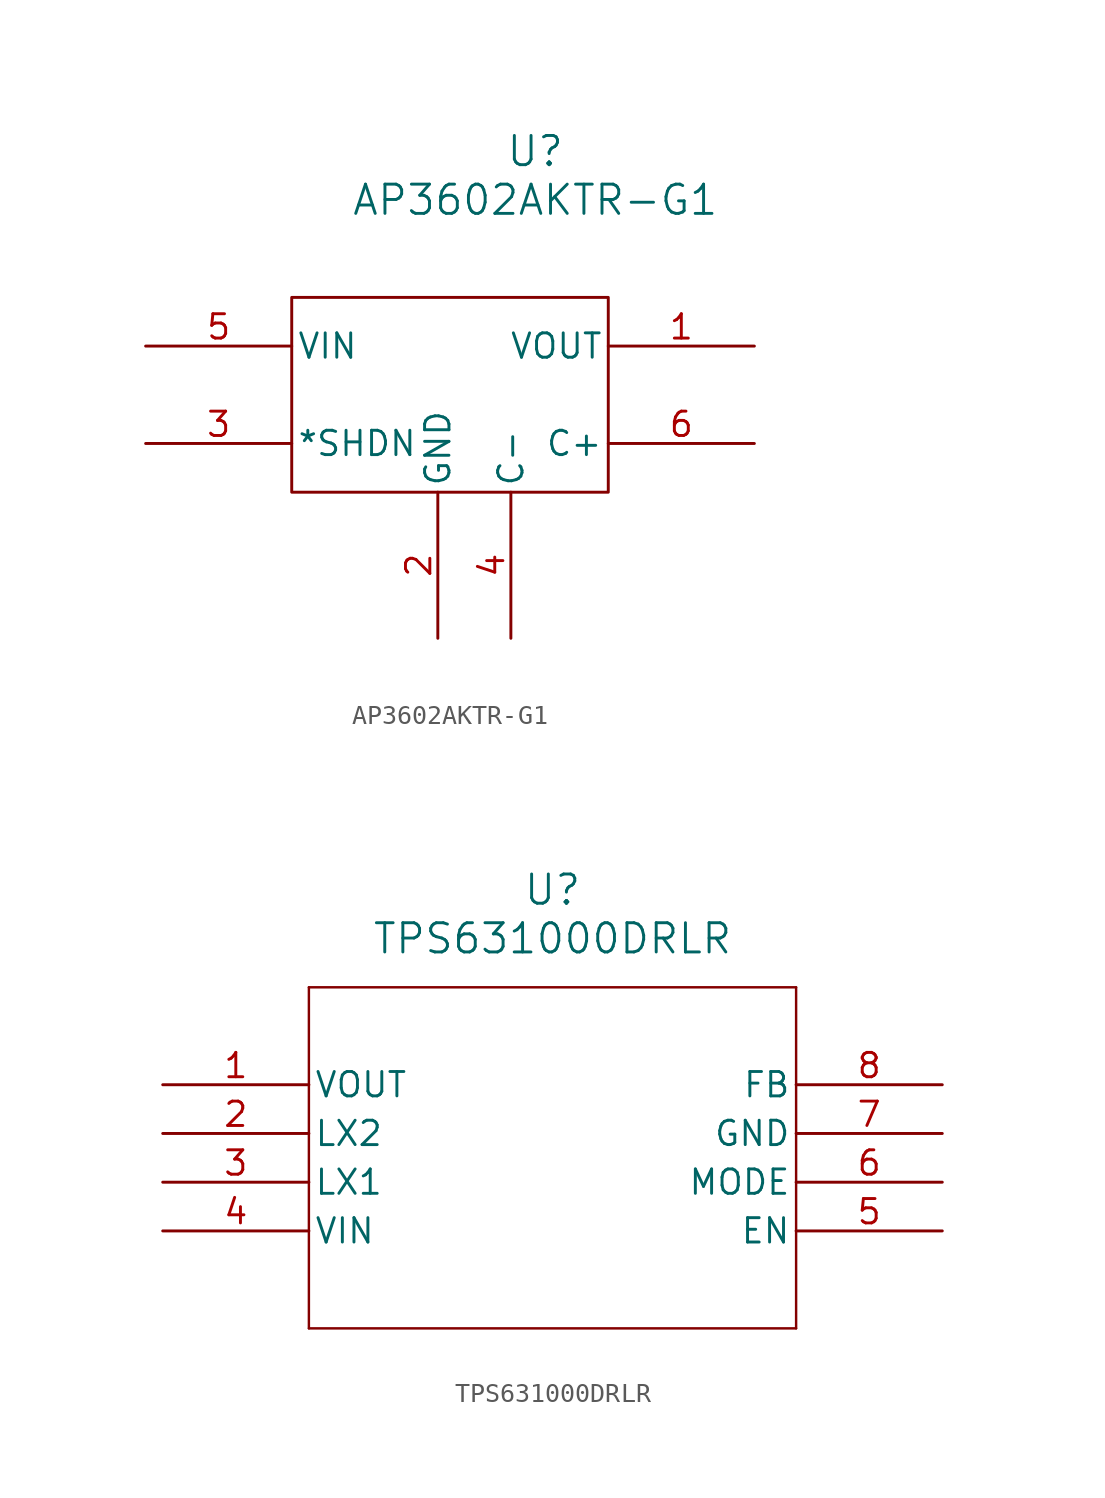
<source format=kicad_sym>
(kicad_symbol_lib
  (version 20231120)
  (generator "kicad_symbol_editor")
  (generator_version "8.0")
  (symbol "AP3602AKTR-G1"
    (pin_names
      (offset 0.254))
    (property "Reference" "U"
      (at 20.32 10.16 0)
      (effects (font (size 1.524 1.524))))
    (property "Value" "AP3602AKTR-G1"
      (at 20.32 7.62 0)
      (effects (font (size 1.524 1.524))))
    (property "ki_locked" ""
      (at 0 0 0)
      (effects (font (size 1.27 1.27))))
    (symbol "AP3602AKTR-G1_0_1"
      (pin power_in line (at 15.24 -15.24 90) (length 7.62) (name "GND" (effects (font (size 1.27 1.27)))) (number "2" (effects (font (size 1.27 1.27)))))
      (pin input line (at 0 -5.08 0) (length 7.62) (name "*SHDN" (effects (font (size 1.27 1.27)))) (number "3" (effects (font (size 1.27 1.27))))))
    (symbol "AP3602AKTR-G1_1_1"
      (rectangle (start 7.62 2.54) (end 24.13 -7.62) (stroke (width 0) (type default)) (fill (type none)))
      (pin power_out line (at 31.75 0 180) (length 7.62) (name "VOUT" (effects (font (size 1.27 1.27)))) (number "1" (effects (font (size 1.27 1.27)))))
      (pin passive line (at 19.05 -15.24 90) (length 7.62) (name "C-" (effects (font (size 1.27 1.27)))) (number "4" (effects (font (size 1.27 1.27)))))
      (pin power_in line (at 0 0 0) (length 7.62) (name "VIN" (effects (font (size 1.27 1.27)))) (number "5" (effects (font (size 1.27 1.27)))))
      (pin passive line (at 31.75 -5.08 180) (length 7.62) (name "C+" (effects (font (size 1.27 1.27)))) (number "6" (effects (font (size 1.27 1.27)))))))
  (symbol "TPS631000DRLR"
    (pin_names
      (offset 0.254))
    (property "Reference" "U"
      (at 20.32 10.16 0)
      (effects (font (size 1.524 1.524))))
    (property "Value" "TPS631000DRLR"
      (at 20.32 7.62 0)
      (effects (font (size 1.524 1.524))))
    (property "ki_locked" ""
      (at 0 0 0)
      (effects (font (size 1.27 1.27))))
    (symbol "TPS631000DRLR_0_1"
      (polyline (pts (xy 7.62 -12.7) (xy 33.02 -12.7)) (stroke (width 0.127) (type default)) (fill (type none)))
      (polyline (pts (xy 7.62 5.08) (xy 7.62 -12.7)) (stroke (width 0.127) (type default)) (fill (type none)))
      (polyline (pts (xy 33.02 -12.7) (xy 33.02 5.08)) (stroke (width 0.127) (type default)) (fill (type none)))
      (polyline (pts (xy 33.02 5.08) (xy 7.62 5.08)) (stroke (width 0.127) (type default)) (fill (type none)))
      (pin power_in line (at 0 -7.62 0) (length 7.62) (name "VIN" (effects (font (size 1.27 1.27)))) (number "4" (effects (font (size 1.27 1.27)))))
      (pin input line (at 40.64 -7.62 180) (length 7.62) (name "EN" (effects (font (size 1.27 1.27)))) (number "5" (effects (font (size 1.27 1.27)))))
      (pin input line (at 40.64 -5.08 180) (length 7.62) (name "MODE" (effects (font (size 1.27 1.27)))) (number "6" (effects (font (size 1.27 1.27)))))
      (pin power_in line (at 40.64 -2.54 180) (length 7.62) (name "GND" (effects (font (size 1.27 1.27)))) (number "7" (effects (font (size 1.27 1.27)))))
      (pin input line (at 40.64 0 180) (length 7.62) (name "FB" (effects (font (size 1.27 1.27)))) (number "8" (effects (font (size 1.27 1.27))))))
    (symbol "TPS631000DRLR_1_1"
      (pin power_out line (at 0 0 0) (length 7.62) (name "VOUT" (effects (font (size 1.27 1.27)))) (number "1" (effects (font (size 1.27 1.27)))))
      (pin passive line (at 0 -2.54 0) (length 7.62) (name "LX2" (effects (font (size 1.27 1.27)))) (number "2" (effects (font (size 1.27 1.27)))))
      (pin passive line (at 0 -5.08 0) (length 7.62) (name "LX1" (effects (font (size 1.27 1.27)))) (number "3" (effects (font (size 1.27 1.27))))))))
</source>
